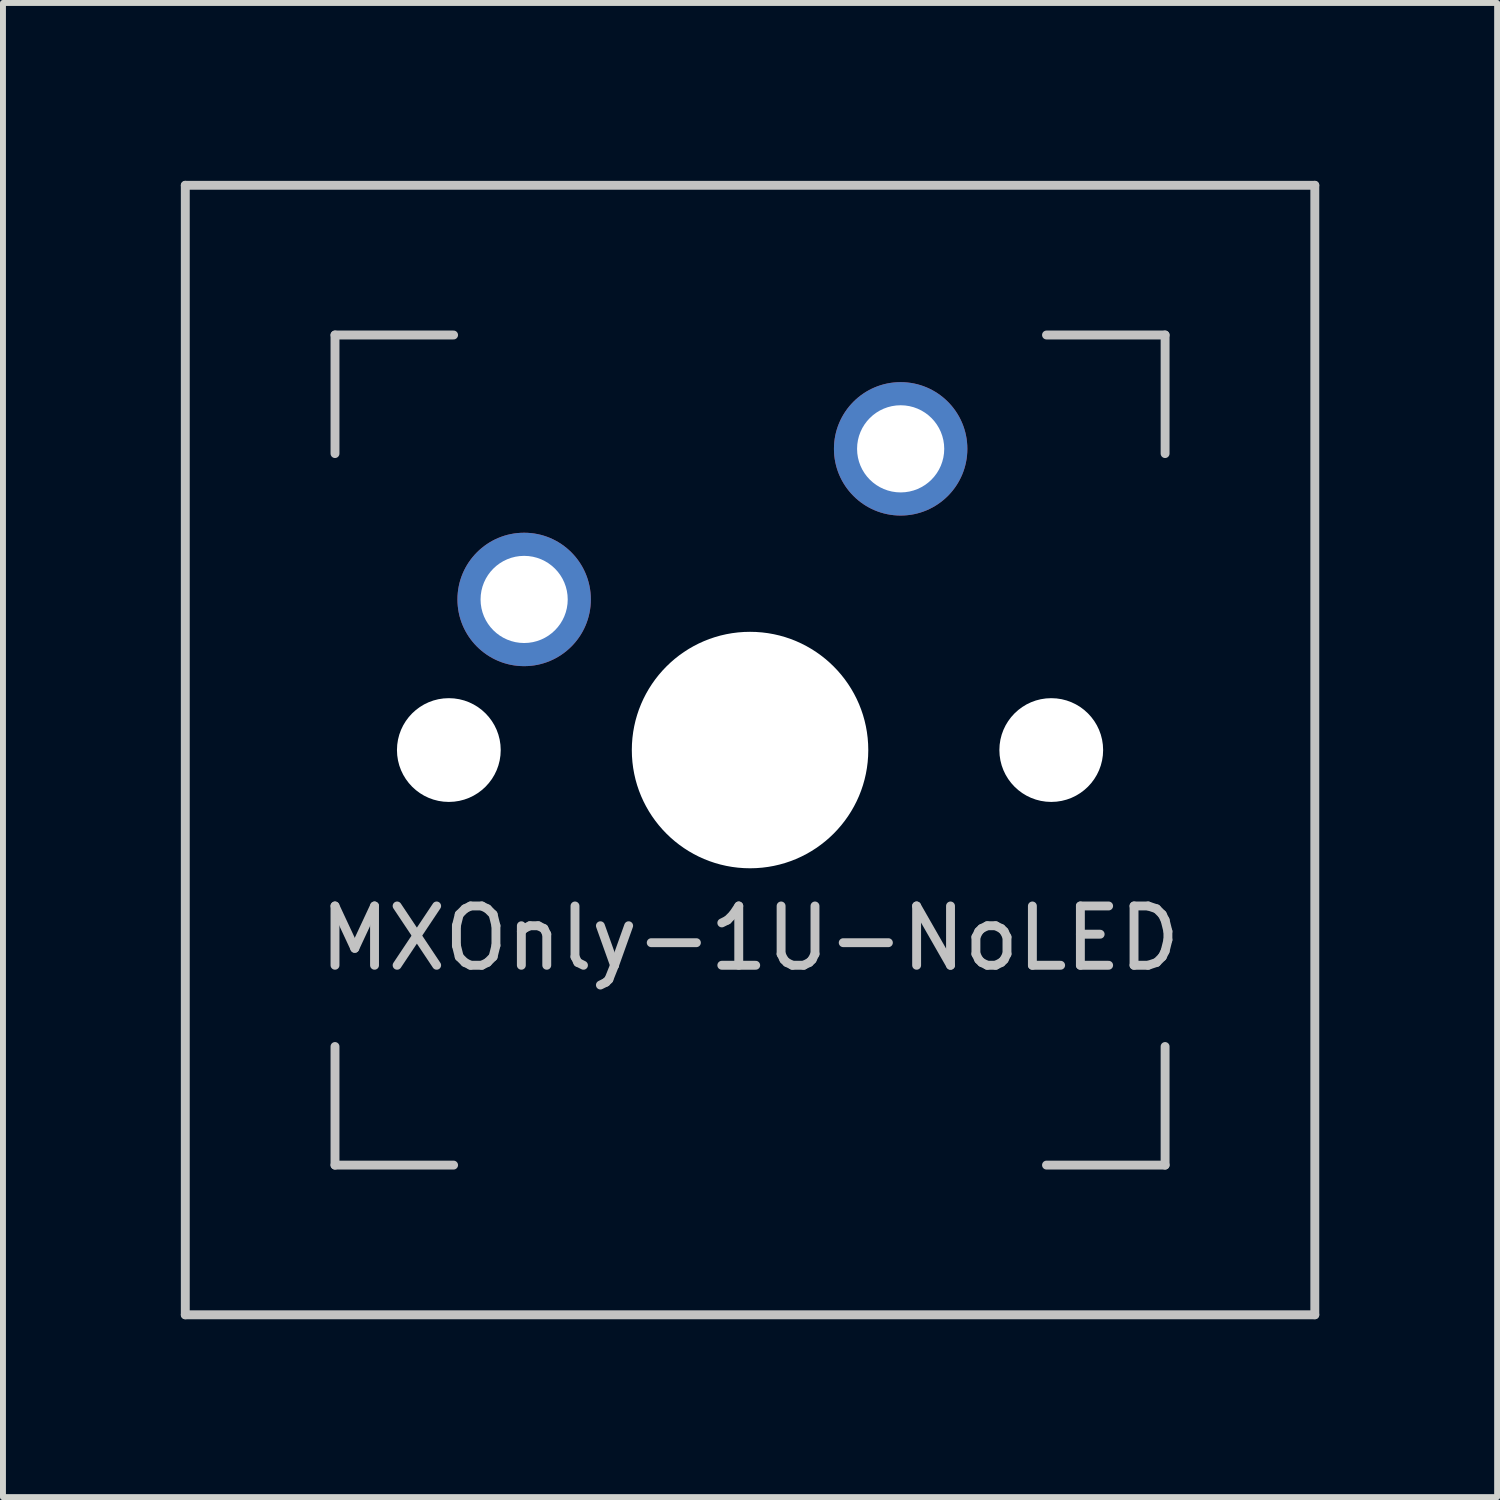
<source format=kicad_pcb>
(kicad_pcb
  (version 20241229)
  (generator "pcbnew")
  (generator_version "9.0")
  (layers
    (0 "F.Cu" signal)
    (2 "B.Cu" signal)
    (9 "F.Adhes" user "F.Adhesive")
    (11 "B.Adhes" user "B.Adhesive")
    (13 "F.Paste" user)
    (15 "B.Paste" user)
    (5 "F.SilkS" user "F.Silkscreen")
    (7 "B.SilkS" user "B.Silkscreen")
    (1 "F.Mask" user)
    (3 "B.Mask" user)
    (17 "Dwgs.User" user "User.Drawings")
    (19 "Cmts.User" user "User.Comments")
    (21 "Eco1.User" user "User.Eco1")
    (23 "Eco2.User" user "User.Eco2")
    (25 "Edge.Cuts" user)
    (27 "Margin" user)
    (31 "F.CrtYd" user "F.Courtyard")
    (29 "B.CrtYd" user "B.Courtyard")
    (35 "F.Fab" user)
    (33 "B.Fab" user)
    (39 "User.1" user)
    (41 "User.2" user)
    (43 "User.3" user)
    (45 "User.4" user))
  (footprint "MXOnly-1U-NoLED"
    (layer "F.Cu")
    (at 9.6 9.6)
    (property "Reference" "MXOnly-1U-NoLED" (at 0 3.175 0) (layer "Dwgs.User") (effects (font (size 1 1) (thickness 0.15))))
    (attr through_hole exclude_from_bom)
    (fp_line (start -9.525 -9.525) (end 9.525 -9.525) (stroke (width 0.15) (type solid)) (layer "Dwgs.User"))
    (fp_line (start -9.525 9.525) (end -9.525 -9.525) (stroke (width 0.15) (type solid)) (layer "Dwgs.User"))
    (fp_line (start -7 -7) (end -7 -5) (stroke (width 0.15) (type solid)) (layer "Dwgs.User"))
    (fp_line (start -7 5) (end -7 7) (stroke (width 0.15) (type solid)) (layer "Dwgs.User"))
    (fp_line (start -7 7) (end -5 7) (stroke (width 0.15) (type solid)) (layer "Dwgs.User"))
    (fp_line (start -5 -7) (end -7 -7) (stroke (width 0.15) (type solid)) (layer "Dwgs.User"))
    (fp_line (start 5 -7) (end 7 -7) (stroke (width 0.15) (type solid)) (layer "Dwgs.User"))
    (fp_line (start 5 7) (end 7 7) (stroke (width 0.15) (type solid)) (layer "Dwgs.User"))
    (fp_line (start 7 -7) (end 7 -5) (stroke (width 0.15) (type solid)) (layer "Dwgs.User"))
    (fp_line (start 7 7) (end 7 5) (stroke (width 0.15) (type solid)) (layer "Dwgs.User"))
    (fp_line (start 9.525 -9.525) (end 9.525 9.525) (stroke (width 0.15) (type solid)) (layer "Dwgs.User"))
    (fp_line (start 9.525 9.525) (end -9.525 9.525) (stroke (width 0.15) (type solid)) (layer "Dwgs.User"))
    (pad "" np_thru_hole circle (at -5.08 0 48.1) (size 1.75 1.75) (drill 1.75) (layers "*.Cu" "*.Mask"))
    (pad "" np_thru_hole circle (at 0 0) (size 3.988 3.988) (drill 3.988) (layers "*.Cu" "*.Mask"))
    (pad "" np_thru_hole circle (at 5.08 0 48.1) (size 1.75 1.75) (drill 1.75) (layers "*.Cu" "*.Mask"))
    (pad "1" thru_hole circle (at -3.81 -2.54) (size 2.25 2.25) (drill 1.47) (layers "*.Cu" "B.Mask"))
    (pad "2" thru_hole circle (at 2.54 -5.08) (size 2.25 2.25) (drill 1.47) (layers "*.Cu" "B.Mask")))
  (gr_rect
    (start -3 -3)
    (end 22.2 22.2)
    (stroke (width 0.1) (type default))
    (fill no)
    (layer "Edge.Cuts")))
</source>
